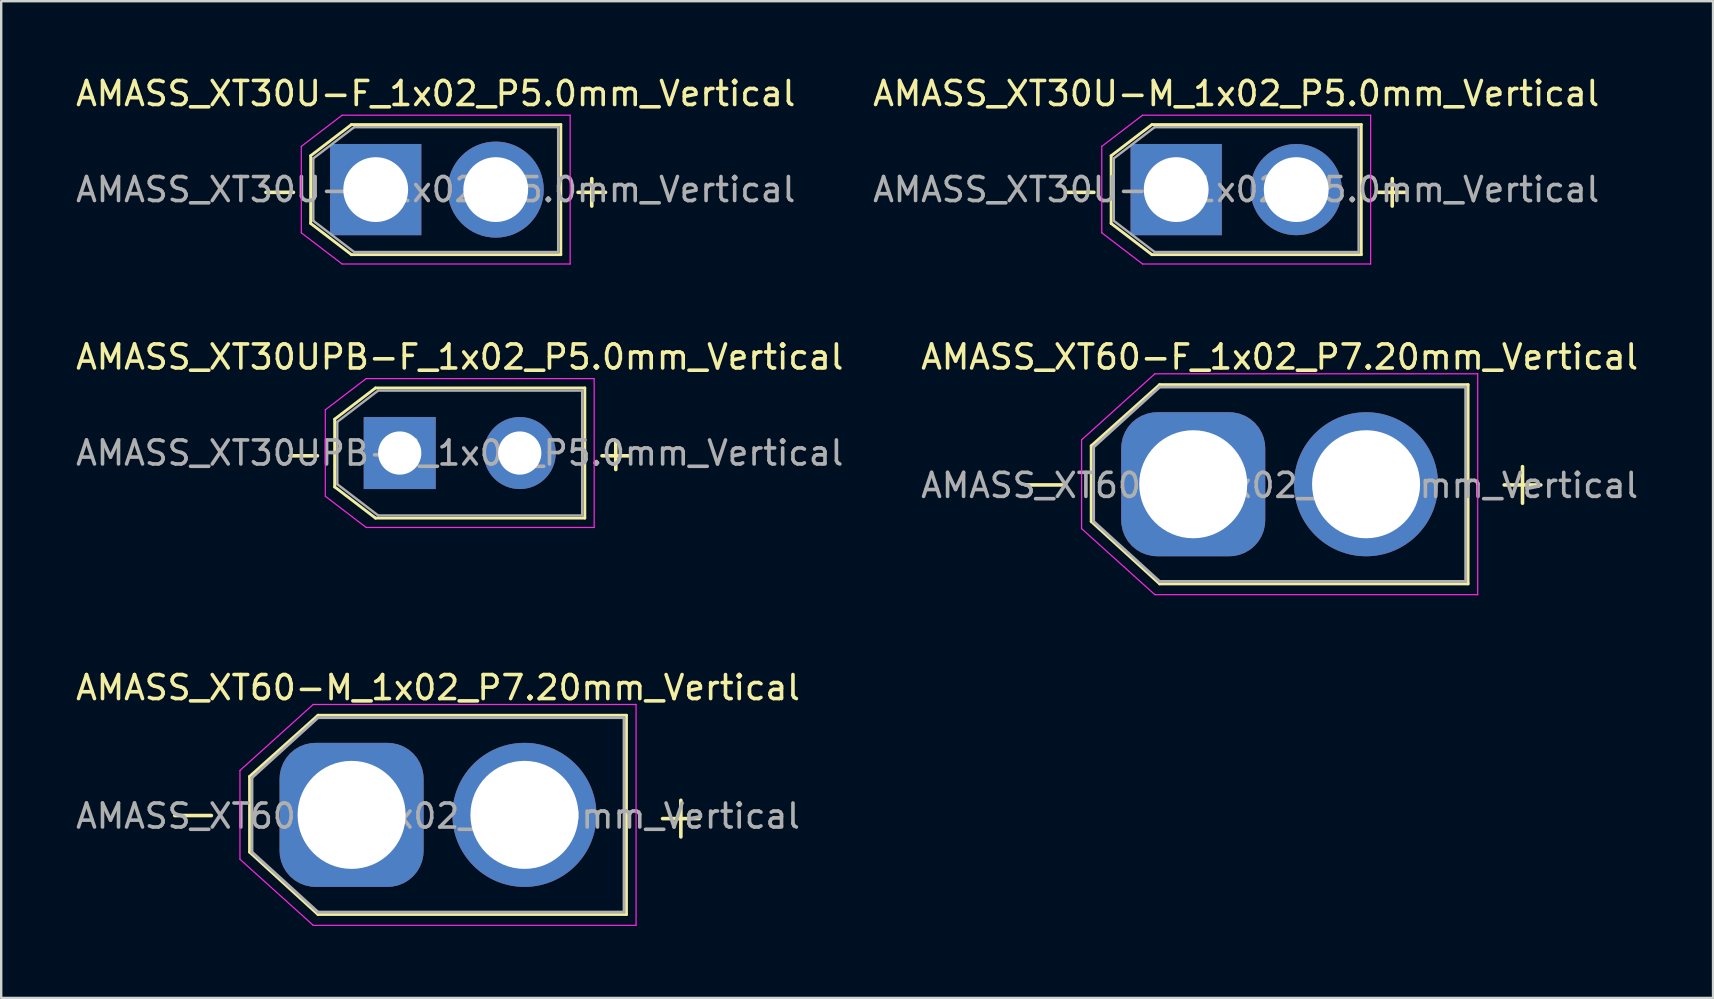
<source format=kicad_pcb>
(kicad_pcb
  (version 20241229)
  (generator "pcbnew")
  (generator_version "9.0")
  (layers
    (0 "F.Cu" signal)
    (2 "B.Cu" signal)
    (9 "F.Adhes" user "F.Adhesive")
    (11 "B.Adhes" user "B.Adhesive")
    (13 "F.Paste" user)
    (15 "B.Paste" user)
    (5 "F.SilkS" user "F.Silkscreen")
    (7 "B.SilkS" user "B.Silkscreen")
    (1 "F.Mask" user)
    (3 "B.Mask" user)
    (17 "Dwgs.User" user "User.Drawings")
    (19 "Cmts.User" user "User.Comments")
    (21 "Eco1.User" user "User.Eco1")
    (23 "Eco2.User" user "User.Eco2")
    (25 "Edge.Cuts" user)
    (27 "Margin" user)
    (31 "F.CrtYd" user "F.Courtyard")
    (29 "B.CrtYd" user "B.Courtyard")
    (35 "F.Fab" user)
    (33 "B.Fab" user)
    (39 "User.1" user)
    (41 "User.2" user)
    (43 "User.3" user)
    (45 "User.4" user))
  (footprint "AMASS_XT60-F_1x02_P7.20mm_Vertical"
    (layer "F.Cu")
    (at 46.656 17.122)
    (property "Reference" "AMASS_XT60-F_1x02_P7.20mm_Vertical" (at 3.6 -5.3 180) (layer "F.SilkS") (effects (font (size 1 1) (thickness 0.15))))
    (attr through_hole)
    (fp_line (start -4.25 -1.6) (end -4.25 1.55) (stroke (width 0.12) (type solid)) (layer "F.SilkS"))
    (fp_line (start -4.25 1.55) (end -1.4 4.15) (stroke (width 0.12) (type solid)) (layer "F.SilkS"))
    (fp_line (start -1.4 -4.15) (end -4.25 -1.6) (stroke (width 0.12) (type solid)) (layer "F.SilkS"))
    (fp_line (start -1.4 4.15) (end 11.45 4.15) (stroke (width 0.12) (type solid)) (layer "F.SilkS"))
    (fp_line (start 11.45 -4.15) (end -1.4 -4.15) (stroke (width 0.12) (type solid)) (layer "F.SilkS"))
    (fp_line (start 11.45 4.15) (end 11.45 -4.15) (stroke (width 0.12) (type solid)) (layer "F.SilkS"))
    (fp_line (start -4.65 -1.85) (end -1.6 -4.6) (stroke (width 0.05) (type solid)) (layer "F.CrtYd"))
    (fp_line (start -4.65 1.85) (end -4.65 -1.85) (stroke (width 0.05) (type solid)) (layer "F.CrtYd"))
    (fp_line (start -1.6 -4.6) (end 11.85 -4.6) (stroke (width 0.05) (type solid)) (layer "F.CrtYd"))
    (fp_line (start -1.6 4.6) (end -4.65 1.85) (stroke (width 0.05) (type solid)) (layer "F.CrtYd"))
    (fp_line (start 11.85 -4.6) (end 11.85 4.6) (stroke (width 0.05) (type solid)) (layer "F.CrtYd"))
    (fp_line (start 11.85 4.6) (end -1.6 4.6) (stroke (width 0.05) (type solid)) (layer "F.CrtYd"))
    (fp_line (start -4.15 -1.55) (end -4.15 1.55) (stroke (width 0.12) (type solid)) (layer "F.Fab"))
    (fp_line (start -4.15 1.55) (end -1.4 4.05) (stroke (width 0.12) (type solid)) (layer "F.Fab"))
    (fp_line (start -1.4 -4.05) (end -4.15 -1.55) (stroke (width 0.12) (type solid)) (layer "F.Fab"))
    (fp_line (start -1.4 4.05) (end 11.35 4.05) (stroke (width 0.12) (type solid)) (layer "F.Fab"))
    (fp_line (start 11.35 -4.05) (end -1.4 -4.05) (stroke (width 0.12) (type solid)) (layer "F.Fab"))
    (fp_line (start 11.35 4.05) (end 11.35 -4.05) (stroke (width 0.12) (type solid)) (layer "F.Fab"))
    (fp_text user "+" (at 13.716 -0.127 0) (layer "F.SilkS") (effects (font (size 2 2) (thickness 0.15))))
    (fp_text user "-" (at -6.223 -0.127 0) (layer "F.SilkS") (effects (font (size 2 2) (thickness 0.15))))
    (fp_text user "${REFERENCE}" (at 3.6 0.05 0) (layer "F.Fab") (effects (font (size 1 1) (thickness 0.15))))
    (pad "1" thru_hole roundrect (at 0 0) (size 6 6) (drill 4.5) (layers "*.Cu" "*.Mask") (roundrect_rratio 0.25))
    (pad "2" thru_hole circle (at 7.2 0) (size 6 6) (drill 4.5) (layers "*.Cu" "*.Mask")))
  (footprint "AMASS_XT30U-F_1x02_P5.0mm_Vertical"
    (layer "F.Cu")
    (at 12.601 4.848)
    (property "Reference" "AMASS_XT30U-F_1x02_P5.0mm_Vertical" (at 2.5 -4 0) (layer "F.SilkS") (effects (font (size 1 1) (thickness 0.15))))
    (attr through_hole)
    (fp_line (start -2.71 -1.41) (end -2.71 1.41) (stroke (width 0.12) (type solid)) (layer "F.SilkS"))
    (fp_line (start -2.71 -1.41) (end -1.01 -2.71) (stroke (width 0.12) (type solid)) (layer "F.SilkS"))
    (fp_line (start -2.71 1.41) (end -1.01 2.71) (stroke (width 0.12) (type solid)) (layer "F.SilkS"))
    (fp_line (start -1.01 -2.71) (end 7.71 -2.71) (stroke (width 0.12) (type solid)) (layer "F.SilkS"))
    (fp_line (start -1.01 2.71) (end 7.71 2.71) (stroke (width 0.12) (type solid)) (layer "F.SilkS"))
    (fp_line (start 7.71 -2.71) (end 7.71 2.71) (stroke (width 0.12) (type solid)) (layer "F.SilkS"))
    (fp_line (start -3.1 -1.8) (end -3.1 1.8) (stroke (width 0.05) (type solid)) (layer "F.CrtYd"))
    (fp_line (start -3.1 -1.8) (end -1.4 -3.1) (stroke (width 0.05) (type solid)) (layer "F.CrtYd"))
    (fp_line (start -3.1 1.8) (end -1.4 3.1) (stroke (width 0.05) (type solid)) (layer "F.CrtYd"))
    (fp_line (start -1.4 -3.1) (end 8.1 -3.1) (stroke (width 0.05) (type solid)) (layer "F.CrtYd"))
    (fp_line (start -1.4 3.1) (end 8.1 3.1) (stroke (width 0.05) (type solid)) (layer "F.CrtYd"))
    (fp_line (start 8.1 -3.1) (end 8.1 3.1) (stroke (width 0.05) (type solid)) (layer "F.CrtYd"))
    (fp_line (start -2.6 -1.3) (end -2.6 1.3) (stroke (width 0.1) (type solid)) (layer "F.Fab"))
    (fp_line (start -2.6 -1.3) (end -0.9 -2.6) (stroke (width 0.1) (type solid)) (layer "F.Fab"))
    (fp_line (start -2.6 1.3) (end -0.9 2.6) (stroke (width 0.1) (type solid)) (layer "F.Fab"))
    (fp_line (start -0.9 -2.6) (end 7.6 -2.6) (stroke (width 0.1) (type solid)) (layer "F.Fab"))
    (fp_line (start -0.9 2.6) (end 7.6 2.6) (stroke (width 0.1) (type solid)) (layer "F.Fab"))
    (fp_line (start 7.6 -2.6) (end 7.6 2.6) (stroke (width 0.1) (type solid)) (layer "F.Fab"))
    (fp_text user "-" (at -4 0 0) (layer "F.SilkS") (effects (font (size 1.5 1.5) (thickness 0.15))))
    (fp_text user "+" (at 9 0 0) (layer "F.SilkS") (effects (font (size 1.5 1.5) (thickness 0.15))))
    (fp_text user "${REFERENCE}" (at 2.5 0 0) (layer "F.Fab") (effects (font (size 1 1) (thickness 0.15))))
    (pad "1" thru_hole rect (at 0 0) (size 3.8 3.8) (drill 2.7) (layers "*.Cu" "*.Mask"))
    (pad "2" thru_hole circle (at 5 0) (size 4 4) (drill 2.7) (layers "*.Cu" "*.Mask")))
  (footprint "AMASS_XT30U-M_1x02_P5.0mm_Vertical"
    (layer "F.Cu")
    (at 45.946 4.848)
    (property "Reference" "AMASS_XT30U-M_1x02_P5.0mm_Vertical" (at 2.5 -4 0) (layer "F.SilkS") (effects (font (size 1 1) (thickness 0.15))))
    (attr through_hole)
    (fp_line (start -2.71 -1.41) (end -2.71 1.41) (stroke (width 0.12) (type solid)) (layer "F.SilkS"))
    (fp_line (start -2.71 -1.41) (end -1.01 -2.71) (stroke (width 0.12) (type solid)) (layer "F.SilkS"))
    (fp_line (start -2.71 1.41) (end -1.01 2.71) (stroke (width 0.12) (type solid)) (layer "F.SilkS"))
    (fp_line (start -1.01 -2.71) (end 7.71 -2.71) (stroke (width 0.12) (type solid)) (layer "F.SilkS"))
    (fp_line (start -1.01 2.71) (end 7.71 2.71) (stroke (width 0.12) (type solid)) (layer "F.SilkS"))
    (fp_line (start 7.71 -2.71) (end 7.71 2.71) (stroke (width 0.12) (type solid)) (layer "F.SilkS"))
    (fp_line (start -3.1 -1.8) (end -3.1 1.8) (stroke (width 0.05) (type solid)) (layer "F.CrtYd"))
    (fp_line (start -3.1 -1.8) (end -1.4 -3.1) (stroke (width 0.05) (type solid)) (layer "F.CrtYd"))
    (fp_line (start -3.1 1.8) (end -1.4 3.1) (stroke (width 0.05) (type solid)) (layer "F.CrtYd"))
    (fp_line (start -1.4 -3.1) (end 8.1 -3.1) (stroke (width 0.05) (type solid)) (layer "F.CrtYd"))
    (fp_line (start -1.4 3.1) (end 8.1 3.1) (stroke (width 0.05) (type solid)) (layer "F.CrtYd"))
    (fp_line (start 8.1 -3.1) (end 8.1 3.1) (stroke (width 0.05) (type solid)) (layer "F.CrtYd"))
    (fp_line (start -2.6 -1.3) (end -2.6 1.3) (stroke (width 0.1) (type solid)) (layer "F.Fab"))
    (fp_line (start -2.6 -1.3) (end -0.9 -2.6) (stroke (width 0.1) (type solid)) (layer "F.Fab"))
    (fp_line (start -2.6 1.3) (end -0.9 2.6) (stroke (width 0.1) (type solid)) (layer "F.Fab"))
    (fp_line (start -0.9 -2.6) (end 7.6 -2.6) (stroke (width 0.1) (type solid)) (layer "F.Fab"))
    (fp_line (start -0.9 2.6) (end 7.6 2.6) (stroke (width 0.1) (type solid)) (layer "F.Fab"))
    (fp_line (start 7.6 -2.6) (end 7.6 2.6) (stroke (width 0.1) (type solid)) (layer "F.Fab"))
    (fp_text user "-" (at -4 0 0) (layer "F.SilkS") (effects (font (size 1.5 1.5) (thickness 0.15))))
    (fp_text user "+" (at 9 0 0) (layer "F.SilkS") (effects (font (size 1.5 1.5) (thickness 0.15))))
    (fp_text user "${REFERENCE}" (at 2.5 0 0) (layer "F.Fab") (effects (font (size 1 1) (thickness 0.15))))
    (pad "1" thru_hole rect (at 0 0) (size 3.8 3.8) (drill 2.7) (layers "*.Cu" "*.Mask"))
    (pad "2" thru_hole circle (at 5 0) (size 3.8 3.8) (drill 2.7) (layers "*.Cu" "*.Mask")))
  (footprint "AMASS_XT30UPB-F_1x02_P5.0mm_Vertical"
    (layer "F.Cu")
    (at 13.601 15.822)
    (property "Reference" "AMASS_XT30UPB-F_1x02_P5.0mm_Vertical" (at 2.5 -4 0) (layer "F.SilkS") (effects (font (size 1 1) (thickness 0.15))))
    (attr through_hole)
    (fp_line (start -2.71 -1.41) (end -2.71 1.41) (stroke (width 0.12) (type solid)) (layer "F.SilkS"))
    (fp_line (start -2.71 -1.41) (end -1.01 -2.71) (stroke (width 0.12) (type solid)) (layer "F.SilkS"))
    (fp_line (start -2.71 1.41) (end -1.01 2.71) (stroke (width 0.12) (type solid)) (layer "F.SilkS"))
    (fp_line (start -1.01 -2.71) (end 7.71 -2.71) (stroke (width 0.12) (type solid)) (layer "F.SilkS"))
    (fp_line (start -1.01 2.71) (end 7.71 2.71) (stroke (width 0.12) (type solid)) (layer "F.SilkS"))
    (fp_line (start 7.71 -2.71) (end 7.71 2.71) (stroke (width 0.12) (type solid)) (layer "F.SilkS"))
    (fp_line (start -3.1 -1.8) (end -3.1 1.8) (stroke (width 0.05) (type solid)) (layer "F.CrtYd"))
    (fp_line (start -3.1 -1.8) (end -1.4 -3.1) (stroke (width 0.05) (type solid)) (layer "F.CrtYd"))
    (fp_line (start -3.1 1.8) (end -1.4 3.1) (stroke (width 0.05) (type solid)) (layer "F.CrtYd"))
    (fp_line (start -1.4 -3.1) (end 8.1 -3.1) (stroke (width 0.05) (type solid)) (layer "F.CrtYd"))
    (fp_line (start -1.4 3.1) (end 8.1 3.1) (stroke (width 0.05) (type solid)) (layer "F.CrtYd"))
    (fp_line (start 8.1 -3.1) (end 8.1 3.1) (stroke (width 0.05) (type solid)) (layer "F.CrtYd"))
    (fp_line (start -2.6 -1.3) (end -2.6 1.3) (stroke (width 0.1) (type solid)) (layer "F.Fab"))
    (fp_line (start -2.6 -1.3) (end -0.9 -2.6) (stroke (width 0.1) (type solid)) (layer "F.Fab"))
    (fp_line (start -2.6 1.3) (end -0.9 2.6) (stroke (width 0.1) (type solid)) (layer "F.Fab"))
    (fp_line (start -0.9 -2.6) (end 7.6 -2.6) (stroke (width 0.1) (type solid)) (layer "F.Fab"))
    (fp_line (start -0.9 2.6) (end 7.6 2.6) (stroke (width 0.1) (type solid)) (layer "F.Fab"))
    (fp_line (start 7.6 -2.6) (end 7.6 2.6) (stroke (width 0.1) (type solid)) (layer "F.Fab"))
    (fp_text user "+" (at 9 0 0) (layer "F.SilkS") (effects (font (size 1.5 1.5) (thickness 0.15))))
    (fp_text user "-" (at -4 0 0) (layer "F.SilkS") (effects (font (size 1.5 1.5) (thickness 0.15))))
    (fp_text user "${REFERENCE}" (at 2.5 0 0) (layer "F.Fab") (effects (font (size 1 1) (thickness 0.15))))
    (pad "1" thru_hole rect (at 0 0) (size 3 3) (drill 1.8) (layers "*.Cu" "*.Mask"))
    (pad "2" thru_hole circle (at 5 0) (size 3 3) (drill 1.8) (layers "*.Cu" "*.Mask")))
  (footprint "AMASS_XT60-M_1x02_P7.20mm_Vertical"
    (layer "F.Cu")
    (at 11.596 30.895)
    (property "Reference" "AMASS_XT60-M_1x02_P7.20mm_Vertical" (at 3.6 -5.3 180) (layer "F.SilkS") (effects (font (size 1 1) (thickness 0.15))))
    (attr through_hole)
    (fp_line (start -4.25 -1.6) (end -4.25 1.55) (stroke (width 0.12) (type solid)) (layer "F.SilkS"))
    (fp_line (start -4.25 1.55) (end -1.4 4.15) (stroke (width 0.12) (type solid)) (layer "F.SilkS"))
    (fp_line (start -1.4 -4.15) (end -4.25 -1.6) (stroke (width 0.12) (type solid)) (layer "F.SilkS"))
    (fp_line (start -1.4 4.15) (end 11.45 4.15) (stroke (width 0.12) (type solid)) (layer "F.SilkS"))
    (fp_line (start 11.45 -4.15) (end -1.4 -4.15) (stroke (width 0.12) (type solid)) (layer "F.SilkS"))
    (fp_line (start 11.45 4.15) (end 11.45 -4.15) (stroke (width 0.12) (type solid)) (layer "F.SilkS"))
    (fp_line (start -4.65 -1.85) (end -1.6 -4.6) (stroke (width 0.05) (type solid)) (layer "F.CrtYd"))
    (fp_line (start -4.65 1.85) (end -4.65 -1.85) (stroke (width 0.05) (type solid)) (layer "F.CrtYd"))
    (fp_line (start -1.6 -4.6) (end 11.85 -4.6) (stroke (width 0.05) (type solid)) (layer "F.CrtYd"))
    (fp_line (start -1.6 4.6) (end -4.65 1.85) (stroke (width 0.05) (type solid)) (layer "F.CrtYd"))
    (fp_line (start 11.85 -4.6) (end 11.85 4.6) (stroke (width 0.05) (type solid)) (layer "F.CrtYd"))
    (fp_line (start 11.85 4.6) (end -1.6 4.6) (stroke (width 0.05) (type solid)) (layer "F.CrtYd"))
    (fp_line (start -4.15 -1.55) (end -4.15 1.55) (stroke (width 0.12) (type solid)) (layer "F.Fab"))
    (fp_line (start -4.15 1.55) (end -1.4 4.05) (stroke (width 0.12) (type solid)) (layer "F.Fab"))
    (fp_line (start -1.4 -4.05) (end -4.15 -1.55) (stroke (width 0.12) (type solid)) (layer "F.Fab"))
    (fp_line (start -1.4 4.05) (end 11.35 4.05) (stroke (width 0.12) (type solid)) (layer "F.Fab"))
    (fp_line (start 11.35 -4.05) (end -1.4 -4.05) (stroke (width 0.12) (type solid)) (layer "F.Fab"))
    (fp_line (start 11.35 4.05) (end 11.35 -4.05) (stroke (width 0.12) (type solid)) (layer "F.Fab"))
    (fp_text user "+" (at 13.716 0 0) (layer "F.SilkS") (effects (font (size 2 2) (thickness 0.15))))
    (fp_text user "-" (at -6.604 -0.127 0) (layer "F.SilkS") (effects (font (size 2 2) (thickness 0.15))))
    (fp_text user "${REFERENCE}" (at 3.6 0.05 0) (layer "F.Fab") (effects (font (size 1 1) (thickness 0.15))))
    (pad "1" thru_hole roundrect (at 0 0) (size 6 6) (drill 4.5) (layers "*.Cu" "*.Mask") (roundrect_rratio 0.25))
    (pad "2" thru_hole circle (at 7.2 0) (size 6 6) (drill 4.5) (layers "*.Cu" "*.Mask")))
  (gr_rect
    (start -3 -3)
    (end 68.31 38.52)
    (stroke (width 0.1) (type default))
    (fill no)
    (layer "Edge.Cuts")))
</source>
